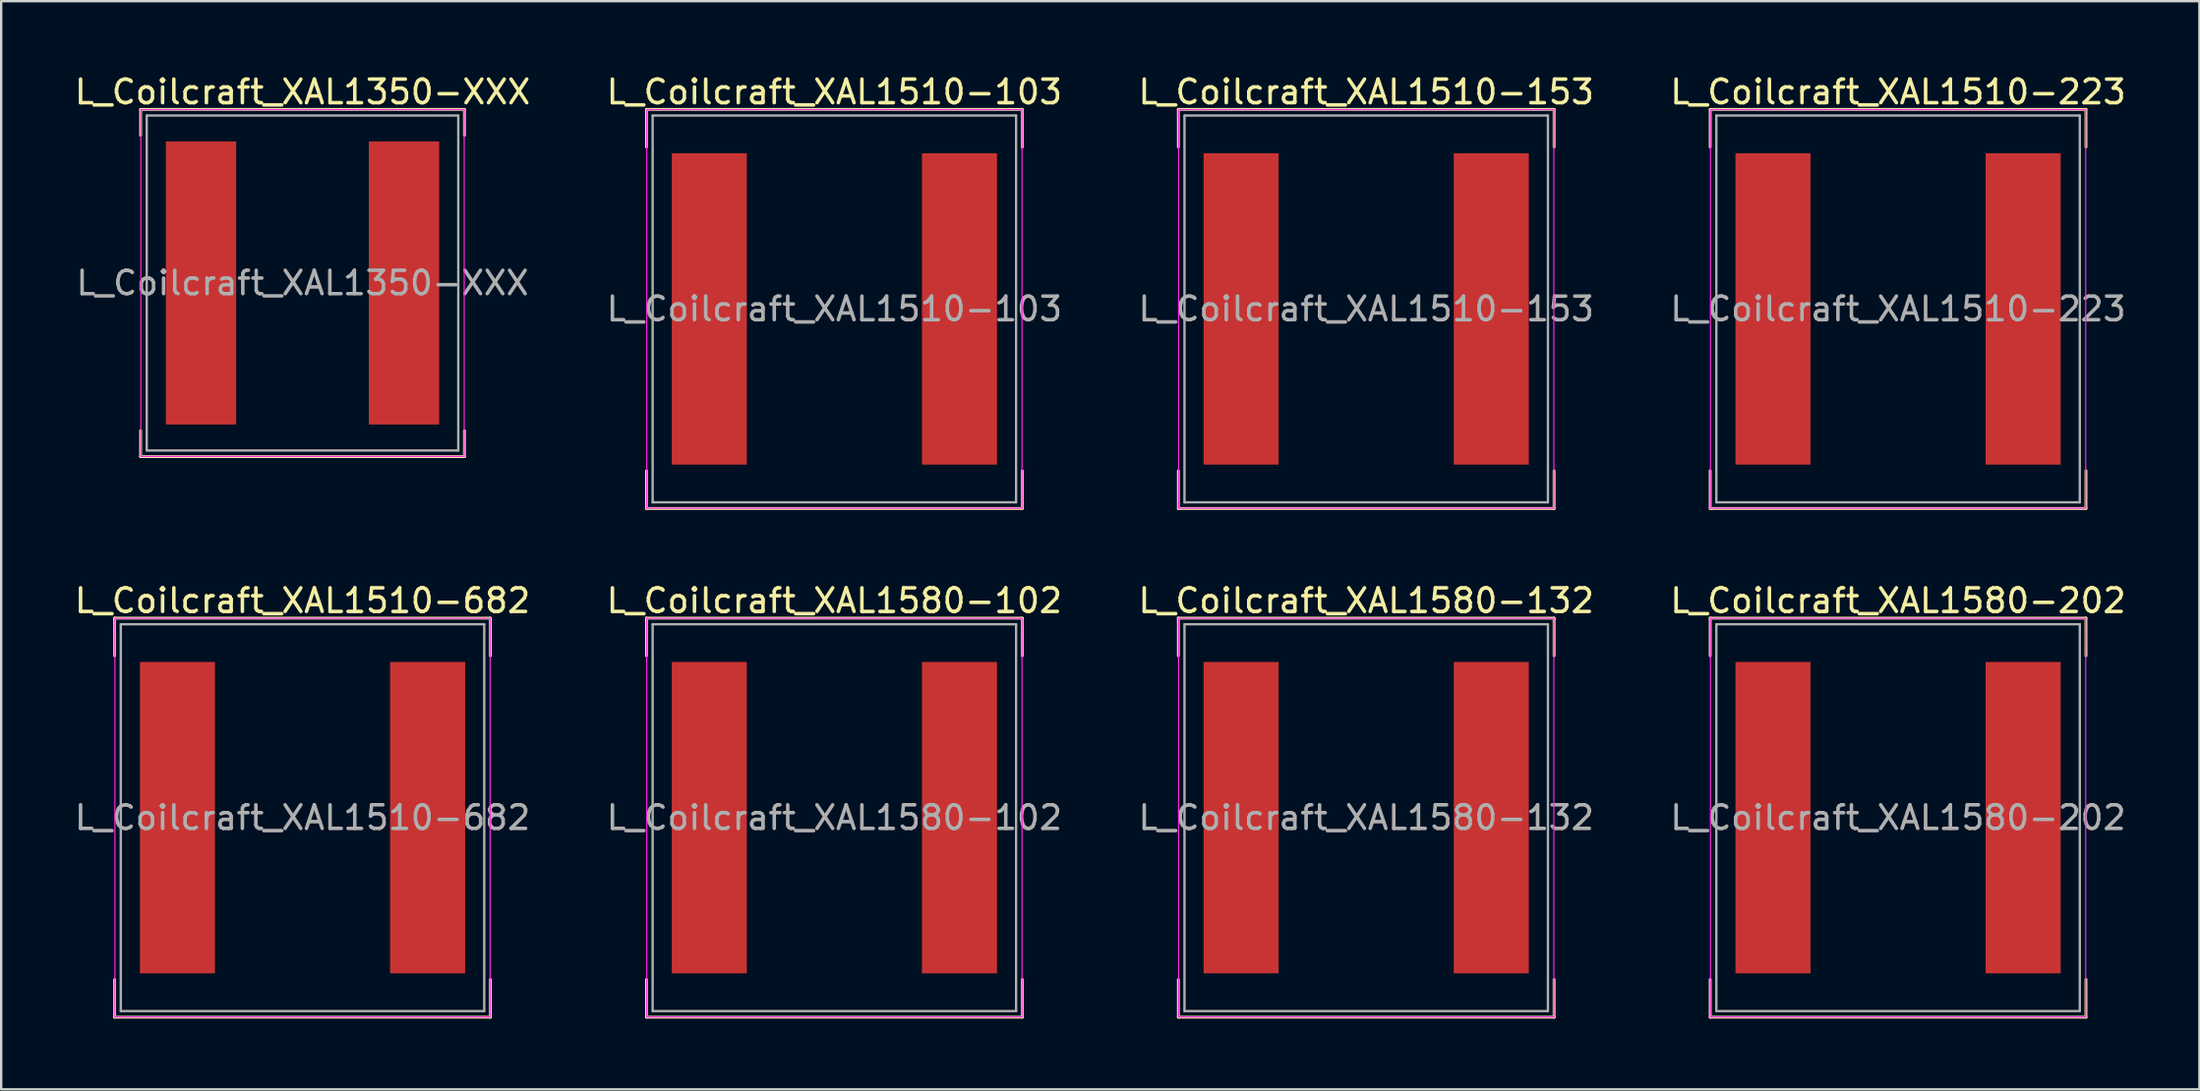
<source format=kicad_pcb>
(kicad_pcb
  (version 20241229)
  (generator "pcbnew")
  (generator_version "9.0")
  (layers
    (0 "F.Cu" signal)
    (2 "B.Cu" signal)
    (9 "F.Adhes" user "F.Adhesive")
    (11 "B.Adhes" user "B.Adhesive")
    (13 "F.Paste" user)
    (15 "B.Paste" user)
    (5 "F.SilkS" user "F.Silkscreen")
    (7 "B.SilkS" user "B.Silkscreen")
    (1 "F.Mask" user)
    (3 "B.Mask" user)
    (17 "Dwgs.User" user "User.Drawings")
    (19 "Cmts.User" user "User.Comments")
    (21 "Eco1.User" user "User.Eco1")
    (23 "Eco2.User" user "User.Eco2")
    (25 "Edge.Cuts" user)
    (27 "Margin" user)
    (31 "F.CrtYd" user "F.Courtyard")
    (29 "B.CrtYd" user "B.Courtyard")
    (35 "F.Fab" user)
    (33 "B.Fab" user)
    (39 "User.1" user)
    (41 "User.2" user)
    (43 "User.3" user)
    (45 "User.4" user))
  (footprint "L_Coilcraft_XAL1510-103"
    (layer "F.Cu")
    (at 32.304 10.048)
    (property "Reference" "L_Coilcraft_XAL1510-103" (at 0 -9.2 0) (layer "F.SilkS") (effects (font (size 1 1) (thickness 0.15))))
    (attr smd)
    (fp_line (start -7.96 -8.46) (end -7.96 -6.86) (stroke (width 0.12) (type solid)) (layer "F.SilkS"))
    (fp_line (start -7.96 -8.46) (end 7.96 -8.46) (stroke (width 0.12) (type solid)) (layer "F.SilkS"))
    (fp_line (start -7.96 8.46) (end -7.96 6.86) (stroke (width 0.12) (type solid)) (layer "F.SilkS"))
    (fp_line (start -7.96 8.46) (end 7.96 8.46) (stroke (width 0.12) (type solid)) (layer "F.SilkS"))
    (fp_line (start 7.96 -8.46) (end 7.96 -6.86) (stroke (width 0.12) (type solid)) (layer "F.SilkS"))
    (fp_line (start 7.96 8.46) (end 7.96 6.86) (stroke (width 0.12) (type solid)) (layer "F.SilkS"))
    (fp_line (start -7.95 -8.45) (end -7.95 8.45) (stroke (width 0.05) (type solid)) (layer "F.CrtYd"))
    (fp_line (start -7.95 8.45) (end 7.95 8.45) (stroke (width 0.05) (type solid)) (layer "F.CrtYd"))
    (fp_line (start 7.95 -8.45) (end -7.95 -8.45) (stroke (width 0.05) (type solid)) (layer "F.CrtYd"))
    (fp_line (start 7.95 8.45) (end 7.95 -8.45) (stroke (width 0.05) (type solid)) (layer "F.CrtYd"))
    (fp_line (start -7.7 -8.2) (end -7.7 8.2) (stroke (width 0.1) (type solid)) (layer "F.Fab"))
    (fp_line (start -7.7 8.2) (end 7.7 8.2) (stroke (width 0.1) (type solid)) (layer "F.Fab"))
    (fp_line (start 7.7 -8.2) (end -7.7 -8.2) (stroke (width 0.1) (type solid)) (layer "F.Fab"))
    (fp_line (start 7.7 8.2) (end 7.7 -8.2) (stroke (width 0.1) (type solid)) (layer "F.Fab"))
    (fp_text user "${REFERENCE}" (at 0 0 0) (layer "F.Fab") (effects (font (size 1 1) (thickness 0.15))))
    (pad "1" smd rect (at -5.3 0) (size 3.18 13.2) (layers "F.Cu" "F.Mask" "F.Paste"))
    (pad "2" smd rect (at 5.3 0) (size 3.18 13.2) (layers "F.Cu" "F.Mask" "F.Paste")))
  (footprint "L_Coilcraft_XAL1580-202"
    (layer "F.Cu")
    (at 77.375 31.616)
    (property "Reference" "L_Coilcraft_XAL1580-202" (at 0 -9.2 0) (layer "F.SilkS") (effects (font (size 1 1) (thickness 0.15))))
    (attr smd)
    (fp_line (start -7.96 -8.46) (end -7.96 -6.86) (stroke (width 0.12) (type solid)) (layer "F.SilkS"))
    (fp_line (start -7.96 -8.46) (end 7.96 -8.46) (stroke (width 0.12) (type solid)) (layer "F.SilkS"))
    (fp_line (start -7.96 8.46) (end -7.96 6.86) (stroke (width 0.12) (type solid)) (layer "F.SilkS"))
    (fp_line (start -7.96 8.46) (end 7.96 8.46) (stroke (width 0.12) (type solid)) (layer "F.SilkS"))
    (fp_line (start 7.96 -8.46) (end 7.96 -6.86) (stroke (width 0.12) (type solid)) (layer "F.SilkS"))
    (fp_line (start 7.96 8.46) (end 7.96 6.86) (stroke (width 0.12) (type solid)) (layer "F.SilkS"))
    (fp_line (start -7.95 -8.45) (end -7.95 8.45) (stroke (width 0.05) (type solid)) (layer "F.CrtYd"))
    (fp_line (start -7.95 8.45) (end 7.95 8.45) (stroke (width 0.05) (type solid)) (layer "F.CrtYd"))
    (fp_line (start 7.95 -8.45) (end -7.95 -8.45) (stroke (width 0.05) (type solid)) (layer "F.CrtYd"))
    (fp_line (start 7.95 8.45) (end 7.95 -8.45) (stroke (width 0.05) (type solid)) (layer "F.CrtYd"))
    (fp_line (start -7.7 -8.2) (end -7.7 8.2) (stroke (width 0.1) (type solid)) (layer "F.Fab"))
    (fp_line (start -7.7 8.2) (end 7.7 8.2) (stroke (width 0.1) (type solid)) (layer "F.Fab"))
    (fp_line (start 7.7 -8.2) (end -7.7 -8.2) (stroke (width 0.1) (type solid)) (layer "F.Fab"))
    (fp_line (start 7.7 8.2) (end 7.7 -8.2) (stroke (width 0.1) (type solid)) (layer "F.Fab"))
    (fp_text user "${REFERENCE}" (at 0 0 0) (layer "F.Fab") (effects (font (size 1 1) (thickness 0.15))))
    (pad "1" smd rect (at -5.3 0) (size 3.18 13.2) (layers "F.Cu" "F.Mask" "F.Paste"))
    (pad "2" smd rect (at 5.3 0) (size 3.18 13.2) (layers "F.Cu" "F.Mask" "F.Paste")))
  (footprint "L_Coilcraft_XAL1510-223"
    (layer "F.Cu")
    (at 77.375 10.048)
    (property "Reference" "L_Coilcraft_XAL1510-223" (at 0 -9.2 0) (layer "F.SilkS") (effects (font (size 1 1) (thickness 0.15))))
    (attr smd)
    (fp_line (start -7.96 -8.46) (end -7.96 -6.86) (stroke (width 0.12) (type solid)) (layer "F.SilkS"))
    (fp_line (start -7.96 -8.46) (end 7.96 -8.46) (stroke (width 0.12) (type solid)) (layer "F.SilkS"))
    (fp_line (start -7.96 8.46) (end -7.96 6.86) (stroke (width 0.12) (type solid)) (layer "F.SilkS"))
    (fp_line (start -7.96 8.46) (end 7.96 8.46) (stroke (width 0.12) (type solid)) (layer "F.SilkS"))
    (fp_line (start 7.96 -8.46) (end 7.96 -6.86) (stroke (width 0.12) (type solid)) (layer "F.SilkS"))
    (fp_line (start 7.96 8.46) (end 7.96 6.86) (stroke (width 0.12) (type solid)) (layer "F.SilkS"))
    (fp_line (start -7.95 -8.45) (end -7.95 8.45) (stroke (width 0.05) (type solid)) (layer "F.CrtYd"))
    (fp_line (start -7.95 8.45) (end 7.95 8.45) (stroke (width 0.05) (type solid)) (layer "F.CrtYd"))
    (fp_line (start 7.95 -8.45) (end -7.95 -8.45) (stroke (width 0.05) (type solid)) (layer "F.CrtYd"))
    (fp_line (start 7.95 8.45) (end 7.95 -8.45) (stroke (width 0.05) (type solid)) (layer "F.CrtYd"))
    (fp_line (start -7.7 -8.2) (end -7.7 8.2) (stroke (width 0.1) (type solid)) (layer "F.Fab"))
    (fp_line (start -7.7 8.2) (end 7.7 8.2) (stroke (width 0.1) (type solid)) (layer "F.Fab"))
    (fp_line (start 7.7 -8.2) (end -7.7 -8.2) (stroke (width 0.1) (type solid)) (layer "F.Fab"))
    (fp_line (start 7.7 8.2) (end 7.7 -8.2) (stroke (width 0.1) (type solid)) (layer "F.Fab"))
    (fp_text user "${REFERENCE}" (at 0 0 0) (layer "F.Fab") (effects (font (size 1 1) (thickness 0.15))))
    (pad "1" smd rect (at -5.3 0) (size 3.18 13.2) (layers "F.Cu" "F.Mask" "F.Paste"))
    (pad "2" smd rect (at 5.3 0) (size 3.18 13.2) (layers "F.Cu" "F.Mask" "F.Paste")))
  (footprint "L_Coilcraft_XAL1350-XXX"
    (layer "F.Cu")
    (at 9.768 8.948)
    (property "Reference" "L_Coilcraft_XAL1350-XXX" (at 0 -8.1 0) (layer "F.SilkS") (effects (font (size 1 1) (thickness 0.15))))
    (attr smd)
    (fp_line (start -6.86 -7.36) (end -6.86 -6.26) (stroke (width 0.12) (type solid)) (layer "F.SilkS"))
    (fp_line (start -6.86 -7.36) (end 6.86 -7.36) (stroke (width 0.12) (type solid)) (layer "F.SilkS"))
    (fp_line (start -6.86 7.36) (end -6.86 6.26) (stroke (width 0.12) (type solid)) (layer "F.SilkS"))
    (fp_line (start -6.86 7.36) (end 6.86 7.36) (stroke (width 0.12) (type solid)) (layer "F.SilkS"))
    (fp_line (start 6.86 -7.36) (end 6.86 -6.26) (stroke (width 0.12) (type solid)) (layer "F.SilkS"))
    (fp_line (start 6.86 7.36) (end 6.86 6.26) (stroke (width 0.12) (type solid)) (layer "F.SilkS"))
    (fp_line (start -6.85 -7.35) (end -6.85 7.35) (stroke (width 0.05) (type solid)) (layer "F.CrtYd"))
    (fp_line (start -6.85 7.35) (end 6.85 7.35) (stroke (width 0.05) (type solid)) (layer "F.CrtYd"))
    (fp_line (start 6.85 -7.35) (end -6.85 -7.35) (stroke (width 0.05) (type solid)) (layer "F.CrtYd"))
    (fp_line (start 6.85 7.35) (end 6.85 -7.35) (stroke (width 0.05) (type solid)) (layer "F.CrtYd"))
    (fp_line (start -6.6 -7.1) (end -6.6 7.1) (stroke (width 0.1) (type solid)) (layer "F.Fab"))
    (fp_line (start -6.6 7.1) (end 6.6 7.1) (stroke (width 0.1) (type solid)) (layer "F.Fab"))
    (fp_line (start 6.6 -7.1) (end -6.6 -7.1) (stroke (width 0.1) (type solid)) (layer "F.Fab"))
    (fp_line (start 6.6 7.1) (end 6.6 -7.1) (stroke (width 0.1) (type solid)) (layer "F.Fab"))
    (fp_text user "${REFERENCE}" (at 0 0 0) (layer "F.Fab") (effects (font (size 0.993 0.993) (thickness 0.149))))
    (pad "1" smd rect (at -4.3 0) (size 2.98 12) (layers "F.Cu" "F.Mask" "F.Paste"))
    (pad "2" smd rect (at 4.3 0) (size 2.98 12) (layers "F.Cu" "F.Mask" "F.Paste")))
  (footprint "L_Coilcraft_XAL1580-102"
    (layer "F.Cu")
    (at 32.304 31.616)
    (property "Reference" "L_Coilcraft_XAL1580-102" (at 0 -9.2 0) (layer "F.SilkS") (effects (font (size 1 1) (thickness 0.15))))
    (attr smd)
    (fp_line (start -7.96 -8.46) (end -7.96 -6.86) (stroke (width 0.12) (type solid)) (layer "F.SilkS"))
    (fp_line (start -7.96 -8.46) (end 7.96 -8.46) (stroke (width 0.12) (type solid)) (layer "F.SilkS"))
    (fp_line (start -7.96 8.46) (end -7.96 6.86) (stroke (width 0.12) (type solid)) (layer "F.SilkS"))
    (fp_line (start -7.96 8.46) (end 7.96 8.46) (stroke (width 0.12) (type solid)) (layer "F.SilkS"))
    (fp_line (start 7.96 -8.46) (end 7.96 -6.86) (stroke (width 0.12) (type solid)) (layer "F.SilkS"))
    (fp_line (start 7.96 8.46) (end 7.96 6.86) (stroke (width 0.12) (type solid)) (layer "F.SilkS"))
    (fp_line (start -7.95 -8.45) (end -7.95 8.45) (stroke (width 0.05) (type solid)) (layer "F.CrtYd"))
    (fp_line (start -7.95 8.45) (end 7.95 8.45) (stroke (width 0.05) (type solid)) (layer "F.CrtYd"))
    (fp_line (start 7.95 -8.45) (end -7.95 -8.45) (stroke (width 0.05) (type solid)) (layer "F.CrtYd"))
    (fp_line (start 7.95 8.45) (end 7.95 -8.45) (stroke (width 0.05) (type solid)) (layer "F.CrtYd"))
    (fp_line (start -7.7 -8.2) (end -7.7 8.2) (stroke (width 0.1) (type solid)) (layer "F.Fab"))
    (fp_line (start -7.7 8.2) (end 7.7 8.2) (stroke (width 0.1) (type solid)) (layer "F.Fab"))
    (fp_line (start 7.7 -8.2) (end -7.7 -8.2) (stroke (width 0.1) (type solid)) (layer "F.Fab"))
    (fp_line (start 7.7 8.2) (end 7.7 -8.2) (stroke (width 0.1) (type solid)) (layer "F.Fab"))
    (fp_text user "${REFERENCE}" (at 0 0 0) (layer "F.Fab") (effects (font (size 1 1) (thickness 0.15))))
    (pad "1" smd rect (at -5.3 0) (size 3.18 13.2) (layers "F.Cu" "F.Mask" "F.Paste"))
    (pad "2" smd rect (at 5.3 0) (size 3.18 13.2) (layers "F.Cu" "F.Mask" "F.Paste")))
  (footprint "L_Coilcraft_XAL1510-153"
    (layer "F.Cu")
    (at 54.839 10.048)
    (property "Reference" "L_Coilcraft_XAL1510-153" (at 0 -9.2 0) (layer "F.SilkS") (effects (font (size 1 1) (thickness 0.15))))
    (attr smd)
    (fp_line (start -7.96 -8.46) (end -7.96 -6.86) (stroke (width 0.12) (type solid)) (layer "F.SilkS"))
    (fp_line (start -7.96 -8.46) (end 7.96 -8.46) (stroke (width 0.12) (type solid)) (layer "F.SilkS"))
    (fp_line (start -7.96 8.46) (end -7.96 6.86) (stroke (width 0.12) (type solid)) (layer "F.SilkS"))
    (fp_line (start -7.96 8.46) (end 7.96 8.46) (stroke (width 0.12) (type solid)) (layer "F.SilkS"))
    (fp_line (start 7.96 -8.46) (end 7.96 -6.86) (stroke (width 0.12) (type solid)) (layer "F.SilkS"))
    (fp_line (start 7.96 8.46) (end 7.96 6.86) (stroke (width 0.12) (type solid)) (layer "F.SilkS"))
    (fp_line (start -7.95 -8.45) (end -7.95 8.45) (stroke (width 0.05) (type solid)) (layer "F.CrtYd"))
    (fp_line (start -7.95 8.45) (end 7.95 8.45) (stroke (width 0.05) (type solid)) (layer "F.CrtYd"))
    (fp_line (start 7.95 -8.45) (end -7.95 -8.45) (stroke (width 0.05) (type solid)) (layer "F.CrtYd"))
    (fp_line (start 7.95 8.45) (end 7.95 -8.45) (stroke (width 0.05) (type solid)) (layer "F.CrtYd"))
    (fp_line (start -7.7 -8.2) (end -7.7 8.2) (stroke (width 0.1) (type solid)) (layer "F.Fab"))
    (fp_line (start -7.7 8.2) (end 7.7 8.2) (stroke (width 0.1) (type solid)) (layer "F.Fab"))
    (fp_line (start 7.7 -8.2) (end -7.7 -8.2) (stroke (width 0.1) (type solid)) (layer "F.Fab"))
    (fp_line (start 7.7 8.2) (end 7.7 -8.2) (stroke (width 0.1) (type solid)) (layer "F.Fab"))
    (fp_text user "${REFERENCE}" (at 0 0 0) (layer "F.Fab") (effects (font (size 1 1) (thickness 0.15))))
    (pad "1" smd rect (at -5.3 0) (size 3.18 13.2) (layers "F.Cu" "F.Mask" "F.Paste"))
    (pad "2" smd rect (at 5.3 0) (size 3.18 13.2) (layers "F.Cu" "F.Mask" "F.Paste")))
  (footprint "L_Coilcraft_XAL1510-682"
    (layer "F.Cu")
    (at 9.768 31.616)
    (property "Reference" "L_Coilcraft_XAL1510-682" (at 0 -9.2 0) (layer "F.SilkS") (effects (font (size 1 1) (thickness 0.15))))
    (attr smd)
    (fp_line (start -7.96 -8.46) (end -7.96 -6.86) (stroke (width 0.12) (type solid)) (layer "F.SilkS"))
    (fp_line (start -7.96 -8.46) (end 7.96 -8.46) (stroke (width 0.12) (type solid)) (layer "F.SilkS"))
    (fp_line (start -7.96 8.46) (end -7.96 6.86) (stroke (width 0.12) (type solid)) (layer "F.SilkS"))
    (fp_line (start -7.96 8.46) (end 7.96 8.46) (stroke (width 0.12) (type solid)) (layer "F.SilkS"))
    (fp_line (start 7.96 -8.46) (end 7.96 -6.86) (stroke (width 0.12) (type solid)) (layer "F.SilkS"))
    (fp_line (start 7.96 8.46) (end 7.96 6.86) (stroke (width 0.12) (type solid)) (layer "F.SilkS"))
    (fp_line (start -7.95 -8.45) (end -7.95 8.45) (stroke (width 0.05) (type solid)) (layer "F.CrtYd"))
    (fp_line (start -7.95 8.45) (end 7.95 8.45) (stroke (width 0.05) (type solid)) (layer "F.CrtYd"))
    (fp_line (start 7.95 -8.45) (end -7.95 -8.45) (stroke (width 0.05) (type solid)) (layer "F.CrtYd"))
    (fp_line (start 7.95 8.45) (end 7.95 -8.45) (stroke (width 0.05) (type solid)) (layer "F.CrtYd"))
    (fp_line (start -7.7 -8.2) (end -7.7 8.2) (stroke (width 0.1) (type solid)) (layer "F.Fab"))
    (fp_line (start -7.7 8.2) (end 7.7 8.2) (stroke (width 0.1) (type solid)) (layer "F.Fab"))
    (fp_line (start 7.7 -8.2) (end -7.7 -8.2) (stroke (width 0.1) (type solid)) (layer "F.Fab"))
    (fp_line (start 7.7 8.2) (end 7.7 -8.2) (stroke (width 0.1) (type solid)) (layer "F.Fab"))
    (fp_text user "${REFERENCE}" (at 0 0 0) (layer "F.Fab") (effects (font (size 1 1) (thickness 0.15))))
    (pad "1" smd rect (at -5.3 0) (size 3.18 13.2) (layers "F.Cu" "F.Mask" "F.Paste"))
    (pad "2" smd rect (at 5.3 0) (size 3.18 13.2) (layers "F.Cu" "F.Mask" "F.Paste")))
  (footprint "L_Coilcraft_XAL1580-132"
    (layer "F.Cu")
    (at 54.839 31.616)
    (property "Reference" "L_Coilcraft_XAL1580-132" (at 0 -9.2 0) (layer "F.SilkS") (effects (font (size 1 1) (thickness 0.15))))
    (attr smd)
    (fp_line (start -7.96 -8.46) (end -7.96 -6.86) (stroke (width 0.12) (type solid)) (layer "F.SilkS"))
    (fp_line (start -7.96 -8.46) (end 7.96 -8.46) (stroke (width 0.12) (type solid)) (layer "F.SilkS"))
    (fp_line (start -7.96 8.46) (end -7.96 6.86) (stroke (width 0.12) (type solid)) (layer "F.SilkS"))
    (fp_line (start -7.96 8.46) (end 7.96 8.46) (stroke (width 0.12) (type solid)) (layer "F.SilkS"))
    (fp_line (start 7.96 -8.46) (end 7.96 -6.86) (stroke (width 0.12) (type solid)) (layer "F.SilkS"))
    (fp_line (start 7.96 8.46) (end 7.96 6.86) (stroke (width 0.12) (type solid)) (layer "F.SilkS"))
    (fp_line (start -7.95 -8.45) (end -7.95 8.45) (stroke (width 0.05) (type solid)) (layer "F.CrtYd"))
    (fp_line (start -7.95 8.45) (end 7.95 8.45) (stroke (width 0.05) (type solid)) (layer "F.CrtYd"))
    (fp_line (start 7.95 -8.45) (end -7.95 -8.45) (stroke (width 0.05) (type solid)) (layer "F.CrtYd"))
    (fp_line (start 7.95 8.45) (end 7.95 -8.45) (stroke (width 0.05) (type solid)) (layer "F.CrtYd"))
    (fp_line (start -7.7 -8.2) (end -7.7 8.2) (stroke (width 0.1) (type solid)) (layer "F.Fab"))
    (fp_line (start -7.7 8.2) (end 7.7 8.2) (stroke (width 0.1) (type solid)) (layer "F.Fab"))
    (fp_line (start 7.7 -8.2) (end -7.7 -8.2) (stroke (width 0.1) (type solid)) (layer "F.Fab"))
    (fp_line (start 7.7 8.2) (end 7.7 -8.2) (stroke (width 0.1) (type solid)) (layer "F.Fab"))
    (fp_text user "${REFERENCE}" (at 0 0 0) (layer "F.Fab") (effects (font (size 1 1) (thickness 0.15))))
    (pad "1" smd rect (at -5.3 0) (size 3.18 13.2) (layers "F.Cu" "F.Mask" "F.Paste"))
    (pad "2" smd rect (at 5.3 0) (size 3.18 13.2) (layers "F.Cu" "F.Mask" "F.Paste")))
  (gr_rect
    (start -3 -3)
    (end 90.143 43.136)
    (stroke (width 0.1) (type default))
    (fill no)
    (layer "Edge.Cuts")))
</source>
